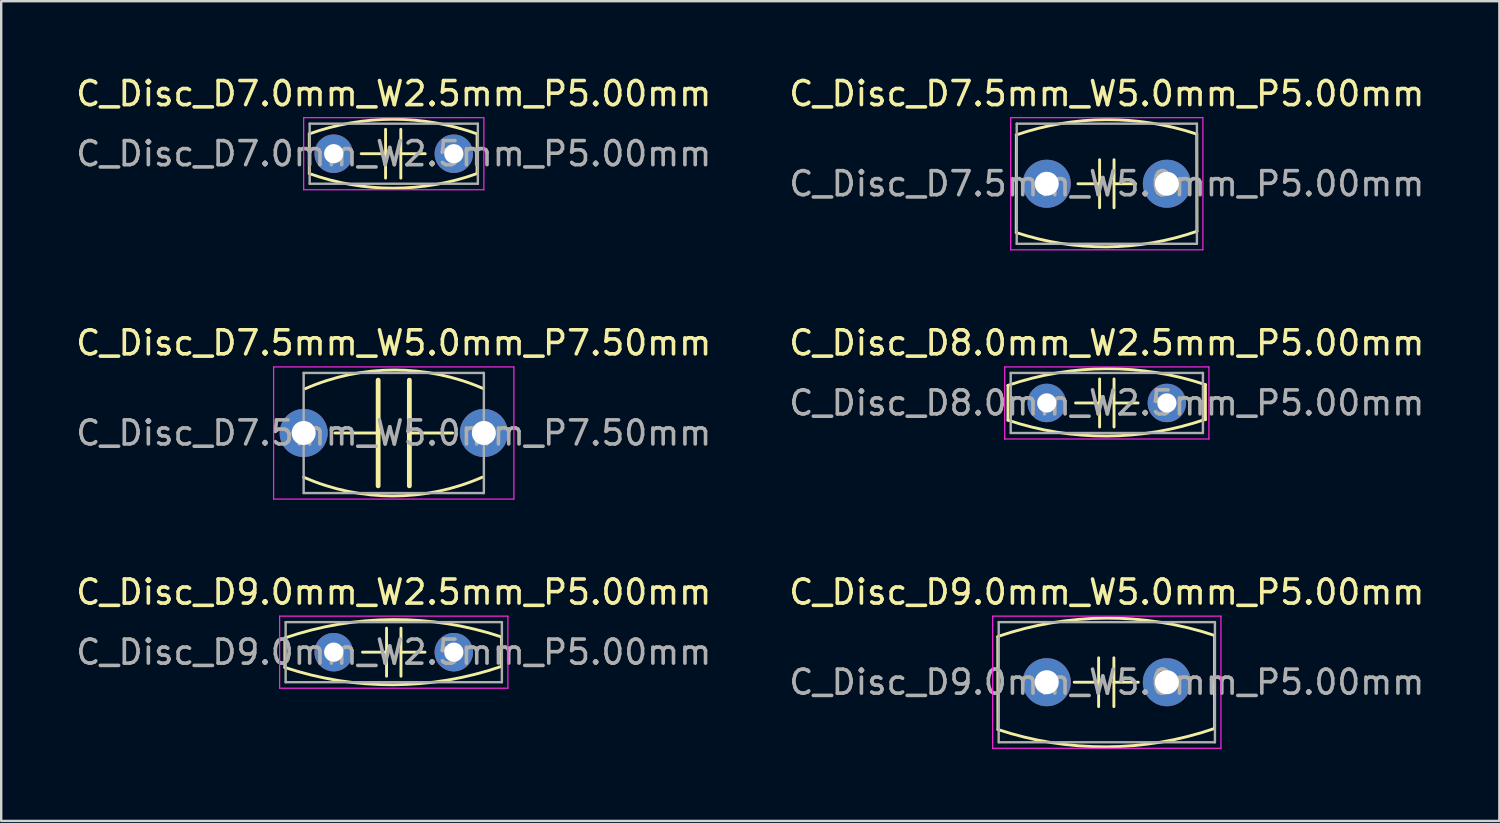
<source format=kicad_pcb>
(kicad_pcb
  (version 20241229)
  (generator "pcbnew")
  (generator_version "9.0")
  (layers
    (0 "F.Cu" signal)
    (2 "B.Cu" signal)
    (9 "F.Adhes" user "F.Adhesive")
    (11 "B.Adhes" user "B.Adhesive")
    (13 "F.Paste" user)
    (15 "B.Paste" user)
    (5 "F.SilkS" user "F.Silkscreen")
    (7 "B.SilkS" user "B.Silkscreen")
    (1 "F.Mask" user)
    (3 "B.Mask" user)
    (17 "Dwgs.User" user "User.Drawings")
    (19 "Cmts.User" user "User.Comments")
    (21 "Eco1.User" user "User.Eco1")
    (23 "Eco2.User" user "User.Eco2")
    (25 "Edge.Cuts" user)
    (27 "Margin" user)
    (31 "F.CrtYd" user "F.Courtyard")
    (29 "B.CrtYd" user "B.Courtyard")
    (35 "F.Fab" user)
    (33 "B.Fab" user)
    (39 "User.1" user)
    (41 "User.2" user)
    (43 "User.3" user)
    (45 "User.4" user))
  (footprint "C_Disc_D7.5mm_W5.0mm_P7.50mm"
    (layer "F.Cu")
    (at 9.589 14.972)
    (property "Reference" "C_Disc_D7.5mm_W5.0mm_P7.50mm" (at 3.75 -3.75 0) (layer "F.SilkS") (effects (font (size 1 1) (thickness 0.15))))
    (fp_line (start 1.3 0) (end 3.1 0) (stroke (width 0.12) (type solid)) (layer "F.SilkS"))
    (fp_line (start 3.1 0) (end 3.1 -2.2) (stroke (width 0.2) (type solid)) (layer "F.SilkS"))
    (fp_line (start 3.1 0) (end 3.1 2.2) (stroke (width 0.2) (type solid)) (layer "F.SilkS"))
    (fp_line (start 4.4 0) (end 4.4 -2.2) (stroke (width 0.2) (type solid)) (layer "F.SilkS"))
    (fp_line (start 4.4 0) (end 4.4 2.2) (stroke (width 0.2) (type solid)) (layer "F.SilkS"))
    (fp_line (start 4.4 0) (end 6.2 0) (stroke (width 0.12) (type solid)) (layer "F.SilkS"))
    (fp_arc (start 0.063384 -1.8415) (mid 3.77822 -2.621484) (end 7.493 -1.841237) (stroke (width 0.12) (type solid)) (layer "F.SilkS"))
    (fp_arc (start 7.4295 1.8415) (mid 3.714664 2.621484) (end -0.000116 1.841237) (stroke (width 0.12) (type solid)) (layer "F.SilkS"))
    (fp_line (start -1.25 -2.75) (end -1.25 2.75) (stroke (width 0.05) (type solid)) (layer "F.CrtYd"))
    (fp_line (start -1.25 2.75) (end 8.75 2.75) (stroke (width 0.05) (type solid)) (layer "F.CrtYd"))
    (fp_line (start 8.75 -2.75) (end -1.25 -2.75) (stroke (width 0.05) (type solid)) (layer "F.CrtYd"))
    (fp_line (start 8.75 2.75) (end 8.75 -2.75) (stroke (width 0.05) (type solid)) (layer "F.CrtYd"))
    (fp_line (start 0 -2.5) (end 0 2.5) (stroke (width 0.1) (type solid)) (layer "F.Fab"))
    (fp_line (start 0 2.5) (end 7.5 2.5) (stroke (width 0.1) (type solid)) (layer "F.Fab"))
    (fp_line (start 7.5 -2.5) (end 0 -2.5) (stroke (width 0.1) (type solid)) (layer "F.Fab"))
    (fp_line (start 7.5 2.5) (end 7.5 -2.5) (stroke (width 0.1) (type solid)) (layer "F.Fab"))
    (fp_text user "${REFERENCE}" (at 3.75 0 0) (layer "F.Fab") (effects (font (size 1 1) (thickness 0.15))))
    (pad "1" thru_hole circle (at 0 0) (size 2 2) (drill 1) (layers "*.Cu" "*.Mask"))
    (pad "2" thru_hole circle (at 7.5 0) (size 2 2) (drill 1) (layers "*.Cu" "*.Mask")))
  (footprint "C_Disc_D8.0mm_W2.5mm_P5.00mm"
    (layer "F.Cu")
    (at 40.518 13.722)
    (property "Reference" "C_Disc_D8.0mm_W2.5mm_P5.00mm" (at 2.5 -2.5 0) (layer "F.SilkS") (effects (font (size 1 1) (thickness 0.15))))
    (fp_line (start -1.615 -0.731) (end -1.615 0.717) (stroke (width 0.12) (type solid)) (layer "F.SilkS"))
    (fp_line (start 1.2 0) (end 2.2 0) (stroke (width 0.12) (type solid)) (layer "F.SilkS"))
    (fp_line (start 2.2 0) (end 2.2 -1) (stroke (width 0.12) (type solid)) (layer "F.SilkS"))
    (fp_line (start 2.2 0) (end 2.2 1) (stroke (width 0.12) (type solid)) (layer "F.SilkS"))
    (fp_line (start 2.8 -1) (end 2.8 1) (stroke (width 0.12) (type solid)) (layer "F.SilkS"))
    (fp_line (start 2.8 0) (end 3.8 0) (stroke (width 0.12) (type solid)) (layer "F.SilkS"))
    (fp_line (start 6.604 0.699) (end 6.604 -0.762) (stroke (width 0.12) (type solid)) (layer "F.SilkS"))
    (fp_arc (start -1.614989 -0.731131) (mid 2.491959 -1.424681) (end 6.604 -0.762) (stroke (width 0.12) (type solid)) (layer "F.SilkS"))
    (fp_arc (start 6.598727 0.683147) (mid 2.494632 1.376902) (end -1.614989 0.716669) (stroke (width 0.12) (type solid)) (layer "F.SilkS"))
    (fp_line (start -1.75 -1.5) (end -1.75 1.5) (stroke (width 0.05) (type solid)) (layer "F.CrtYd"))
    (fp_line (start -1.75 1.5) (end 6.75 1.5) (stroke (width 0.05) (type solid)) (layer "F.CrtYd"))
    (fp_line (start 6.75 -1.5) (end -1.75 -1.5) (stroke (width 0.05) (type solid)) (layer "F.CrtYd"))
    (fp_line (start 6.75 1.5) (end 6.75 -1.5) (stroke (width 0.05) (type solid)) (layer "F.CrtYd"))
    (fp_line (start -1.5 -1.25) (end -1.5 1.25) (stroke (width 0.1) (type solid)) (layer "F.Fab"))
    (fp_line (start -1.5 1.25) (end 6.5 1.25) (stroke (width 0.1) (type solid)) (layer "F.Fab"))
    (fp_line (start 6.5 -1.25) (end -1.5 -1.25) (stroke (width 0.1) (type solid)) (layer "F.Fab"))
    (fp_line (start 6.5 1.25) (end 6.5 -1.25) (stroke (width 0.1) (type solid)) (layer "F.Fab"))
    (fp_text user "${REFERENCE}" (at 2.5 0 0) (layer "F.Fab") (effects (font (size 1 1) (thickness 0.15))))
    (pad "1" thru_hole circle (at 0 0) (size 1.6 1.6) (drill 0.8) (layers "*.Cu" "*.Mask"))
    (pad "2" thru_hole circle (at 5 0) (size 1.6 1.6) (drill 0.8) (layers "*.Cu" "*.Mask")))
  (footprint "C_Disc_D7.5mm_W5.0mm_P5.00mm"
    (layer "F.Cu")
    (at 40.518 4.598)
    (property "Reference" "C_Disc_D7.5mm_W5.0mm_P5.00mm" (at 2.5 -3.75 0) (layer "F.SilkS") (effects (font (size 1 1) (thickness 0.15))))
    (fp_line (start -1.27 2.032) (end -1.265 -2.032) (stroke (width 0.12) (type solid)) (layer "F.SilkS"))
    (fp_line (start 1.3 0) (end 2.2 0) (stroke (width 0.12) (type solid)) (layer "F.SilkS"))
    (fp_line (start 2.2 0) (end 2.2 -1) (stroke (width 0.12) (type solid)) (layer "F.SilkS"))
    (fp_line (start 2.2 0) (end 2.2 1) (stroke (width 0.12) (type solid)) (layer "F.SilkS"))
    (fp_line (start 2.8 -1) (end 2.8 1) (stroke (width 0.12) (type solid)) (layer "F.SilkS"))
    (fp_line (start 2.8 0) (end 3.7 0) (stroke (width 0.12) (type solid)) (layer "F.SilkS"))
    (fp_line (start 6.252 1.979) (end 6.244 -2.065) (stroke (width 0.12) (type solid)) (layer "F.SilkS"))
    (fp_arc (start -1.27 -2.032) (mid 2.484179 -2.667161) (end 6.243765 -2.06483) (stroke (width 0.12) (type solid)) (layer "F.SilkS"))
    (fp_arc (start 6.252064 1.979054) (mid 2.4954 2.626137) (end -1.27 2.032) (stroke (width 0.12) (type solid)) (layer "F.SilkS"))
    (fp_line (start -1.5 -2.75) (end -1.5 2.75) (stroke (width 0.05) (type solid)) (layer "F.CrtYd"))
    (fp_line (start -1.5 2.75) (end 6.5 2.75) (stroke (width 0.05) (type solid)) (layer "F.CrtYd"))
    (fp_line (start 6.5 -2.75) (end -1.5 -2.75) (stroke (width 0.05) (type solid)) (layer "F.CrtYd"))
    (fp_line (start 6.5 2.75) (end 6.5 -2.75) (stroke (width 0.05) (type solid)) (layer "F.CrtYd"))
    (fp_line (start -1.25 -2.5) (end -1.25 2.5) (stroke (width 0.1) (type solid)) (layer "F.Fab"))
    (fp_line (start -1.25 2.5) (end 6.25 2.5) (stroke (width 0.1) (type solid)) (layer "F.Fab"))
    (fp_line (start 6.25 -2.5) (end -1.25 -2.5) (stroke (width 0.1) (type solid)) (layer "F.Fab"))
    (fp_line (start 6.25 2.5) (end 6.25 -2.5) (stroke (width 0.1) (type solid)) (layer "F.Fab"))
    (fp_text user "${REFERENCE}" (at 2.5 0 0) (layer "F.Fab") (effects (font (size 1 1) (thickness 0.15))))
    (pad "1" thru_hole circle (at 0 0) (size 2 2) (drill 1) (layers "*.Cu" "*.Mask"))
    (pad "2" thru_hole circle (at 5 0) (size 2 2) (drill 1) (layers "*.Cu" "*.Mask")))
  (footprint "C_Disc_D7.0mm_W2.5mm_P5.00mm"
    (layer "F.Cu")
    (at 10.839 3.348)
    (property "Reference" "C_Disc_D7.0mm_W2.5mm_P5.00mm" (at 2.5 -2.5 0) (layer "F.SilkS") (effects (font (size 1 1) (thickness 0.15))))
    (attr through_hole)
    (fp_line (start -1.016 0.826) (end -1.016 -0.826) (stroke (width 0.12) (type solid)) (layer "F.SilkS"))
    (fp_line (start 1.143 0) (end 2.159 0) (stroke (width 0.12) (type solid)) (layer "F.SilkS"))
    (fp_line (start 2.159 0) (end 2.159 -1.016) (stroke (width 0.12) (type solid)) (layer "F.SilkS"))
    (fp_line (start 2.159 0) (end 2.159 1.016) (stroke (width 0.12) (type solid)) (layer "F.SilkS"))
    (fp_line (start 2.794 -1.016) (end 2.794 1.016) (stroke (width 0.12) (type solid)) (layer "F.SilkS"))
    (fp_line (start 2.794 0) (end 3.81 0) (stroke (width 0.12) (type solid)) (layer "F.SilkS"))
    (fp_line (start 5.969 -0.826) (end 5.969 0.826) (stroke (width 0.12) (type solid)) (layer "F.SilkS"))
    (fp_arc (start -1.016 -0.8255) (mid 2.4765 -1.434171) (end 5.969 -0.8255) (stroke (width 0.12) (type solid)) (layer "F.SilkS"))
    (fp_arc (start 5.969 0.8255) (mid 2.4765 1.434171) (end -1.016 0.8255) (stroke (width 0.12) (type solid)) (layer "F.SilkS"))
    (fp_line (start -1.25 -1.5) (end -1.25 1.5) (stroke (width 0.05) (type solid)) (layer "F.CrtYd"))
    (fp_line (start -1.25 1.5) (end 6.25 1.5) (stroke (width 0.05) (type solid)) (layer "F.CrtYd"))
    (fp_line (start 6.25 -1.5) (end -1.25 -1.5) (stroke (width 0.05) (type solid)) (layer "F.CrtYd"))
    (fp_line (start 6.25 1.5) (end 6.25 -1.5) (stroke (width 0.05) (type solid)) (layer "F.CrtYd"))
    (fp_line (start -1 -1.25) (end -1 1.25) (stroke (width 0.1) (type solid)) (layer "F.Fab"))
    (fp_line (start -1 1.25) (end 6 1.25) (stroke (width 0.1) (type solid)) (layer "F.Fab"))
    (fp_line (start 6 -1.25) (end -1 -1.25) (stroke (width 0.1) (type solid)) (layer "F.Fab"))
    (fp_line (start 6 1.25) (end 6 -1.25) (stroke (width 0.1) (type solid)) (layer "F.Fab"))
    (fp_text user "${REFERENCE}" (at 2.5 0 0) (layer "F.Fab") (effects (font (size 1 1) (thickness 0.15))))
    (pad "1" thru_hole circle (at 0 0) (size 1.6 1.6) (drill 0.8) (layers "*.Cu" "*.Mask"))
    (pad "2" thru_hole circle (at 5 0) (size 1.6 1.6) (drill 0.8) (layers "*.Cu" "*.Mask")))
  (footprint "C_Disc_D9.0mm_W5.0mm_P5.00mm"
    (layer "F.Cu")
    (at 40.518 25.345)
    (property "Reference" "C_Disc_D9.0mm_W5.0mm_P5.00mm" (at 2.5 -3.75 0) (layer "F.SilkS") (effects (font (size 1 1) (thickness 0.15))))
    (attr through_hole)
    (fp_line (start -2.038 -1.882) (end -2.032 -1.905) (stroke (width 0.12) (type solid)) (layer "F.SilkS"))
    (fp_line (start -2.038 -1.882) (end -2.032 1.968) (stroke (width 0.12) (type solid)) (layer "F.SilkS"))
    (fp_line (start 1.143 0) (end 2.159 0) (stroke (width 0.12) (type solid)) (layer "F.SilkS"))
    (fp_line (start 2.159 0) (end 2.159 -1.016) (stroke (width 0.12) (type solid)) (layer "F.SilkS"))
    (fp_line (start 2.159 0) (end 2.159 1.016) (stroke (width 0.12) (type solid)) (layer "F.SilkS"))
    (fp_line (start 2.794 -1.016) (end 2.794 1.016) (stroke (width 0.12) (type solid)) (layer "F.SilkS"))
    (fp_line (start 2.794 0) (end 3.81 0) (stroke (width 0.12) (type solid)) (layer "F.SilkS"))
    (fp_line (start 6.985 0.064) (end 6.985 -1.946) (stroke (width 0.12) (type solid)) (layer "F.SilkS"))
    (fp_line (start 6.985 0.064) (end 6.985 0.572) (stroke (width 0.12) (type solid)) (layer "F.SilkS"))
    (fp_line (start 6.985 0.572) (end 6.985 0.508) (stroke (width 0.12) (type solid)) (layer "F.SilkS"))
    (fp_line (start 6.985 1.905) (end 6.985 0.064) (stroke (width 0.12) (type solid)) (layer "F.SilkS"))
    (fp_arc (start -2.025917 -1.905) (mid 2.476174 -2.667096) (end 6.985 -1.945917) (stroke (width 0.12) (type solid)) (layer "F.SilkS"))
    (fp_arc (start 6.978917 1.927583) (mid 2.476826 2.689679) (end -2.032 1.9685) (stroke (width 0.12) (type solid)) (layer "F.SilkS"))
    (fp_line (start -2.25 -2.75) (end -2.25 2.75) (stroke (width 0.05) (type solid)) (layer "F.CrtYd"))
    (fp_line (start -2.25 2.75) (end 7.25 2.75) (stroke (width 0.05) (type solid)) (layer "F.CrtYd"))
    (fp_line (start 7.25 -2.75) (end -2.25 -2.75) (stroke (width 0.05) (type solid)) (layer "F.CrtYd"))
    (fp_line (start 7.25 2.75) (end 7.25 -2.75) (stroke (width 0.05) (type solid)) (layer "F.CrtYd"))
    (fp_line (start -2 -2.5) (end -2 2.5) (stroke (width 0.1) (type solid)) (layer "F.Fab"))
    (fp_line (start -2 2.5) (end 7 2.5) (stroke (width 0.1) (type solid)) (layer "F.Fab"))
    (fp_line (start 7 -2.5) (end -2 -2.5) (stroke (width 0.1) (type solid)) (layer "F.Fab"))
    (fp_line (start 7 2.5) (end 7 -2.5) (stroke (width 0.1) (type solid)) (layer "F.Fab"))
    (fp_text user "${REFERENCE}" (at 2.5 0 0) (layer "F.Fab") (effects (font (size 1 1) (thickness 0.15))))
    (pad "1" thru_hole circle (at 0 0) (size 2 2) (drill 1) (layers "*.Cu" "*.Mask"))
    (pad "2" thru_hole circle (at 5 0) (size 2 2) (drill 1) (layers "*.Cu" "*.Mask")))
  (footprint "C_Disc_D9.0mm_W2.5mm_P5.00mm"
    (layer "F.Cu")
    (at 10.839 24.095)
    (property "Reference" "C_Disc_D9.0mm_W2.5mm_P5.00mm" (at 2.5 -2.5 0) (layer "F.SilkS") (effects (font (size 1 1) (thickness 0.15))))
    (fp_line (start -2.032 -0.572) (end -2.032 0.635) (stroke (width 0.12) (type solid)) (layer "F.SilkS"))
    (fp_line (start -2.032 -0.572) (end -2.026 -0.594) (stroke (width 0.12) (type solid)) (layer "F.SilkS"))
    (fp_line (start 1.2 0) (end 2.2 0) (stroke (width 0.12) (type solid)) (layer "F.SilkS"))
    (fp_line (start 2.2 0) (end 2.2 -1) (stroke (width 0.12) (type solid)) (layer "F.SilkS"))
    (fp_line (start 2.2 0) (end 2.2 1) (stroke (width 0.12) (type solid)) (layer "F.SilkS"))
    (fp_line (start 2.8 -1) (end 2.8 1) (stroke (width 0.12) (type solid)) (layer "F.SilkS"))
    (fp_line (start 2.8 0) (end 3.8 0) (stroke (width 0.12) (type solid)) (layer "F.SilkS"))
    (fp_line (start 6.985 0.064) (end 6.985 -0.635) (stroke (width 0.12) (type solid)) (layer "F.SilkS"))
    (fp_line (start 6.985 0.064) (end 6.985 0.572) (stroke (width 0.12) (type solid)) (layer "F.SilkS"))
    (fp_line (start 6.985 0.572) (end 6.985 0.064) (stroke (width 0.12) (type solid)) (layer "F.SilkS"))
    (fp_line (start 6.985 0.572) (end 6.985 0.508) (stroke (width 0.12) (type solid)) (layer "F.SilkS"))
    (fp_arc (start -2.025917 -0.594083) (mid 2.476174 -1.356179) (end 6.985 -0.635) (stroke (width 0.12) (type solid)) (layer "F.SilkS"))
    (fp_arc (start 6.978917 0.594083) (mid 2.476826 1.356179) (end -2.032 0.635) (stroke (width 0.12) (type solid)) (layer "F.SilkS"))
    (fp_line (start -2.25 -1.5) (end -2.25 1.5) (stroke (width 0.05) (type solid)) (layer "F.CrtYd"))
    (fp_line (start -2.25 1.5) (end 7.25 1.5) (stroke (width 0.05) (type solid)) (layer "F.CrtYd"))
    (fp_line (start 7.25 -1.5) (end -2.25 -1.5) (stroke (width 0.05) (type solid)) (layer "F.CrtYd"))
    (fp_line (start 7.25 1.5) (end 7.25 -1.5) (stroke (width 0.05) (type solid)) (layer "F.CrtYd"))
    (fp_line (start -2 -1.25) (end -2 1.25) (stroke (width 0.1) (type solid)) (layer "F.Fab"))
    (fp_line (start -2 1.25) (end 7 1.25) (stroke (width 0.1) (type solid)) (layer "F.Fab"))
    (fp_line (start 7 -1.25) (end -2 -1.25) (stroke (width 0.1) (type solid)) (layer "F.Fab"))
    (fp_line (start 7 1.25) (end 7 -1.25) (stroke (width 0.1) (type solid)) (layer "F.Fab"))
    (fp_text user "${REFERENCE}" (at 2.5 0 0) (layer "F.Fab") (effects (font (size 1 1) (thickness 0.15))))
    (pad "1" thru_hole circle (at 0 0) (size 1.6 1.6) (drill 0.8) (layers "*.Cu" "*.Mask"))
    (pad "2" thru_hole circle (at 5 0) (size 1.6 1.6) (drill 0.8) (layers "*.Cu" "*.Mask")))
  (gr_rect
    (start -3 -3)
    (end 59.357 31.12)
    (stroke (width 0.1) (type default))
    (fill no)
    (layer "Edge.Cuts")))
</source>
